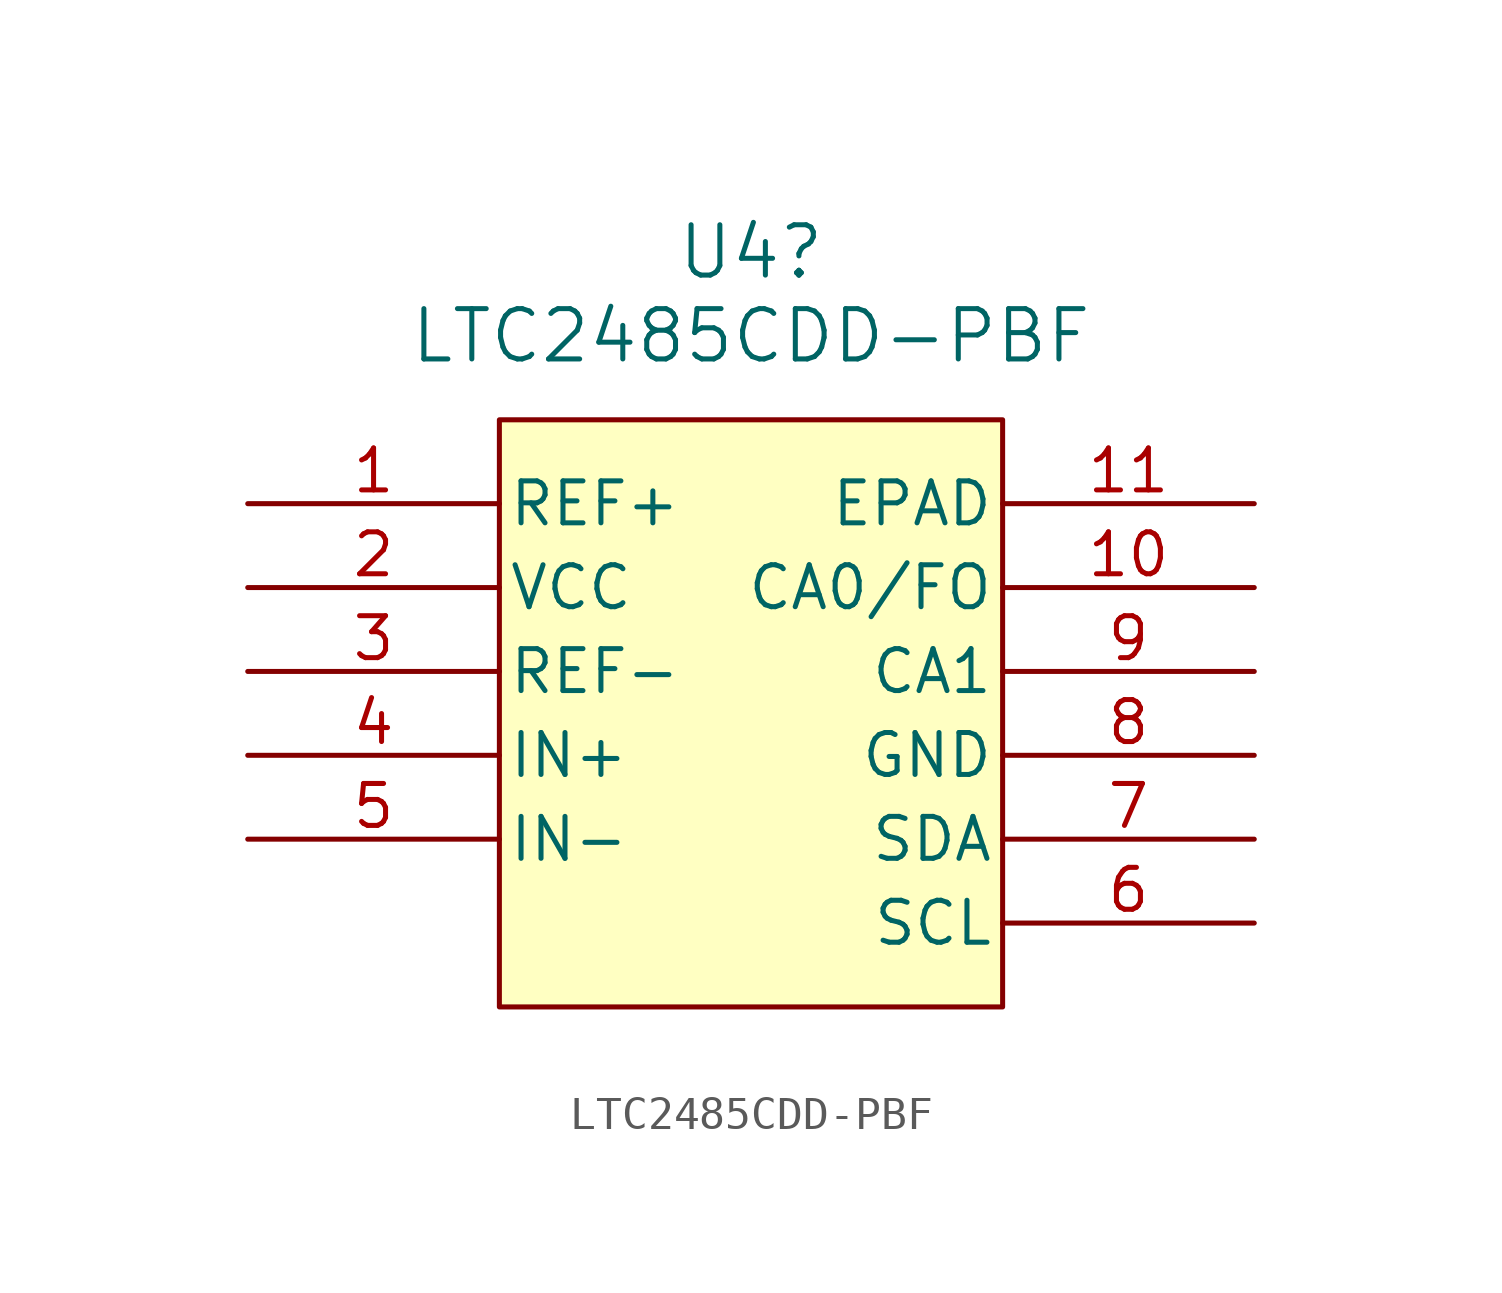
<source format=kicad_sym>
(kicad_symbol_lib
  (version 20220914)
  (generator kicad_symbol_editor)
  (symbol "LTC2485CDD-PBF"
    (pin_names
      (offset 0.254))
    (property "Reference" "U4"
      (at 0 15.24 0)
      (effects (font (size 1.524 1.524))))
    (property "Value" "LTC2485CDD-PBF"
      (at 0 12.7 0)
      (effects (font (size 1.524 1.524))))
    (property "ki_locked" ""
      (at 0 0 0)
      (effects (font (size 1.27 1.27))))
    (symbol "LTC2485CDD-PBF_0_1"
      (pin input line (at -15.24 7.62 0) (length 7.62) (name "REF+" (effects (font (size 1.27 1.27)))) (number "1" (effects (font (size 1.27 1.27)))))
      (pin unspecified line (at 15.24 5.08 180) (length 7.62) (name "CA0/FO" (effects (font (size 1.27 1.27)))) (number "10" (effects (font (size 1.27 1.27)))))
      (pin unspecified line (at 15.24 7.62 180) (length 7.62) (name "EPAD" (effects (font (size 1.27 1.27)))) (number "11" (effects (font (size 1.27 1.27)))))
      (pin power_in line (at -15.24 5.08 0) (length 7.62) (name "VCC" (effects (font (size 1.27 1.27)))) (number "2" (effects (font (size 1.27 1.27)))))
      (pin input line (at -15.24 2.54 0) (length 7.62) (name "REF-" (effects (font (size 1.27 1.27)))) (number "3" (effects (font (size 1.27 1.27)))))
      (pin input line (at -15.24 0 0) (length 7.62) (name "IN+" (effects (font (size 1.27 1.27)))) (number "4" (effects (font (size 1.27 1.27)))))
      (pin input line (at -15.24 -2.54 0) (length 7.62) (name "IN-" (effects (font (size 1.27 1.27)))) (number "5" (effects (font (size 1.27 1.27)))))
      (pin unspecified line (at 15.24 -5.08 180) (length 7.62) (name "SCL" (effects (font (size 1.27 1.27)))) (number "6" (effects (font (size 1.27 1.27)))))
      (pin bidirectional line (at 15.24 -2.54 180) (length 7.62) (name "SDA" (effects (font (size 1.27 1.27)))) (number "7" (effects (font (size 1.27 1.27)))))
      (pin power_in line (at 15.24 0 180) (length 7.62) (name "GND" (effects (font (size 1.27 1.27)))) (number "8" (effects (font (size 1.27 1.27)))))
      (pin unspecified line (at 15.24 2.54 180) (length 7.62) (name "CA1" (effects (font (size 1.27 1.27)))) (number "9" (effects (font (size 1.27 1.27))))))
    (symbol "LTC2485CDD-PBF_1_1"
      (rectangle (start -7.62 10.16) (end 7.62 -7.62) (stroke (width 0) (type default)) (fill (type background))))))
</source>
